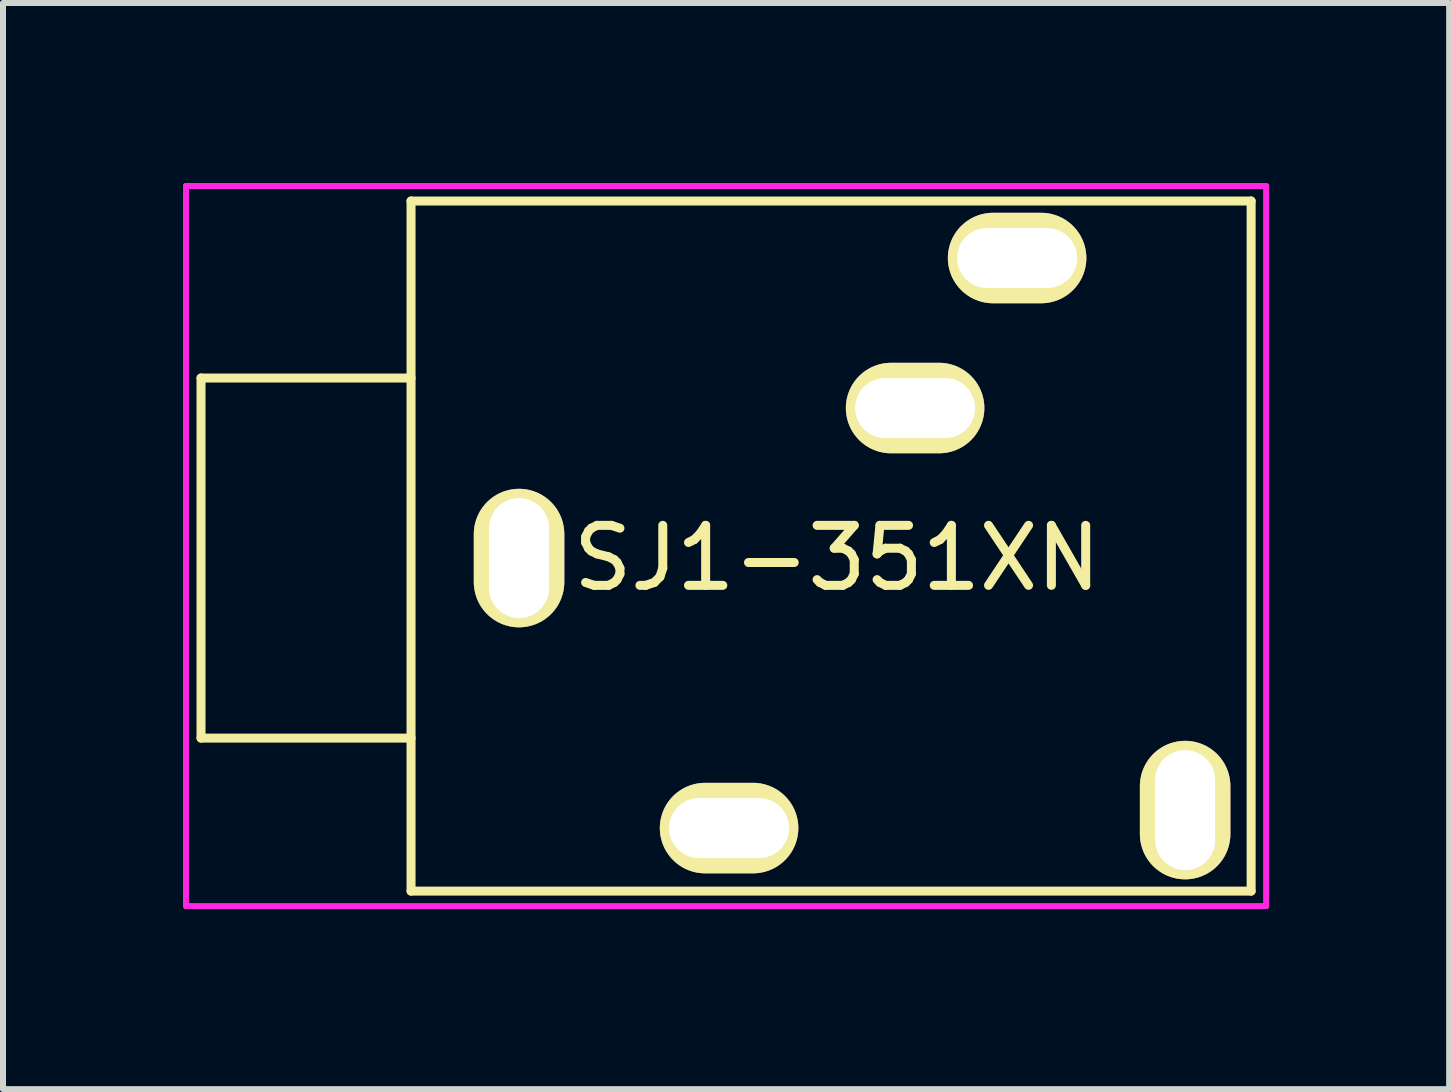
<source format=kicad_pcb>
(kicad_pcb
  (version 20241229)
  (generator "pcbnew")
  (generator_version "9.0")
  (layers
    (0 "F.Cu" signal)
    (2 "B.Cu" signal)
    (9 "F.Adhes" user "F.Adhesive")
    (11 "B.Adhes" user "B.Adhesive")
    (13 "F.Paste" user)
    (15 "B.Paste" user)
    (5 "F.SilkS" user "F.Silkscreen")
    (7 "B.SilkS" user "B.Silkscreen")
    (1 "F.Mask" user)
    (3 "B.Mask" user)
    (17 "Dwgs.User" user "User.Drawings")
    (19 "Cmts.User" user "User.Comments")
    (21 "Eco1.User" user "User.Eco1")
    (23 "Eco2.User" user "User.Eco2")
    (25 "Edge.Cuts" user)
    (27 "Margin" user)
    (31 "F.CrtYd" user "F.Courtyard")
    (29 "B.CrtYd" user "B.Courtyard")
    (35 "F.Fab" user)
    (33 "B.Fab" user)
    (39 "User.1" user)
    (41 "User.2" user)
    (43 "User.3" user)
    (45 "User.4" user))
  (footprint "SJ1-351XN"
    (layer "F.Cu")
    (at 10.8 6.25)
    (property "Reference" "SJ1-351XN" (at 0.1 0 0) (layer "F.SilkS") (effects (font (size 1 1) (thickness 0.15))))
    (attr through_hole)
    (fp_line (start -10.5 -3) (end -10.5 3) (stroke (width 0.15) (type solid)) (layer "F.SilkS"))
    (fp_line (start -10.5 3) (end -7 3) (stroke (width 0.15) (type solid)) (layer "F.SilkS"))
    (fp_line (start -7 -5.95) (end 7 -5.95) (stroke (width 0.15) (type solid)) (layer "F.SilkS"))
    (fp_line (start -7 -3) (end -10.5 -3) (stroke (width 0.15) (type solid)) (layer "F.SilkS"))
    (fp_line (start -7 5.55) (end -7 -5.95) (stroke (width 0.15) (type solid)) (layer "F.SilkS"))
    (fp_line (start 7 -5.95) (end 7 5.55) (stroke (width 0.15) (type solid)) (layer "F.SilkS"))
    (fp_line (start 7 5.55) (end -7 5.55) (stroke (width 0.15) (type solid)) (layer "F.SilkS"))
    (fp_line (start -10.75 -6.2) (end 3.35 -6.2) (stroke (width 0.1) (type solid)) (layer "F.CrtYd"))
    (fp_line (start -10.75 5.8) (end -10.75 -6.2) (stroke (width 0.1) (type solid)) (layer "F.CrtYd"))
    (fp_line (start 3.35 -6.2) (end 7.25 -6.2) (stroke (width 0.1) (type solid)) (layer "F.CrtYd"))
    (fp_line (start 7.25 -6.2) (end 7.25 5.8) (stroke (width 0.1) (type solid)) (layer "F.CrtYd"))
    (fp_line (start 7.25 5.8) (end -10.75 5.8) (stroke (width 0.1) (type solid)) (layer "F.CrtYd"))
    (pad "1" thru_hole oval (at -5.2 0) (size 1.508 2.308) (drill oval 1 2) (layers "*.Cu" "*.Mask" "F.SilkS"))
    (pad "2" thru_hole oval (at -1.7 4.5) (size 2.308 1.508) (drill oval 2 1) (layers "*.Cu" "*.Mask" "F.SilkS"))
    (pad "3" thru_hole oval (at 3.1 -5) (size 2.308 1.508) (drill oval 2 1) (layers "*.Cu" "*.Mask" "F.SilkS"))
    (pad "4" thru_hole oval (at 5.9 4.2) (size 1.508 2.308) (drill oval 1 2) (layers "*.Cu" "*.Mask" "F.SilkS"))
    (pad "5" thru_hole oval (at 1.4 -2.5) (size 2.308 1.508) (drill oval 2 1) (layers "*.Cu" "*.Mask" "F.SilkS")))
  (gr_rect
    (start -3 -3)
    (end 21.1 15.1)
    (stroke (width 0.1) (type default))
    (fill no)
    (layer "Edge.Cuts")))
</source>
